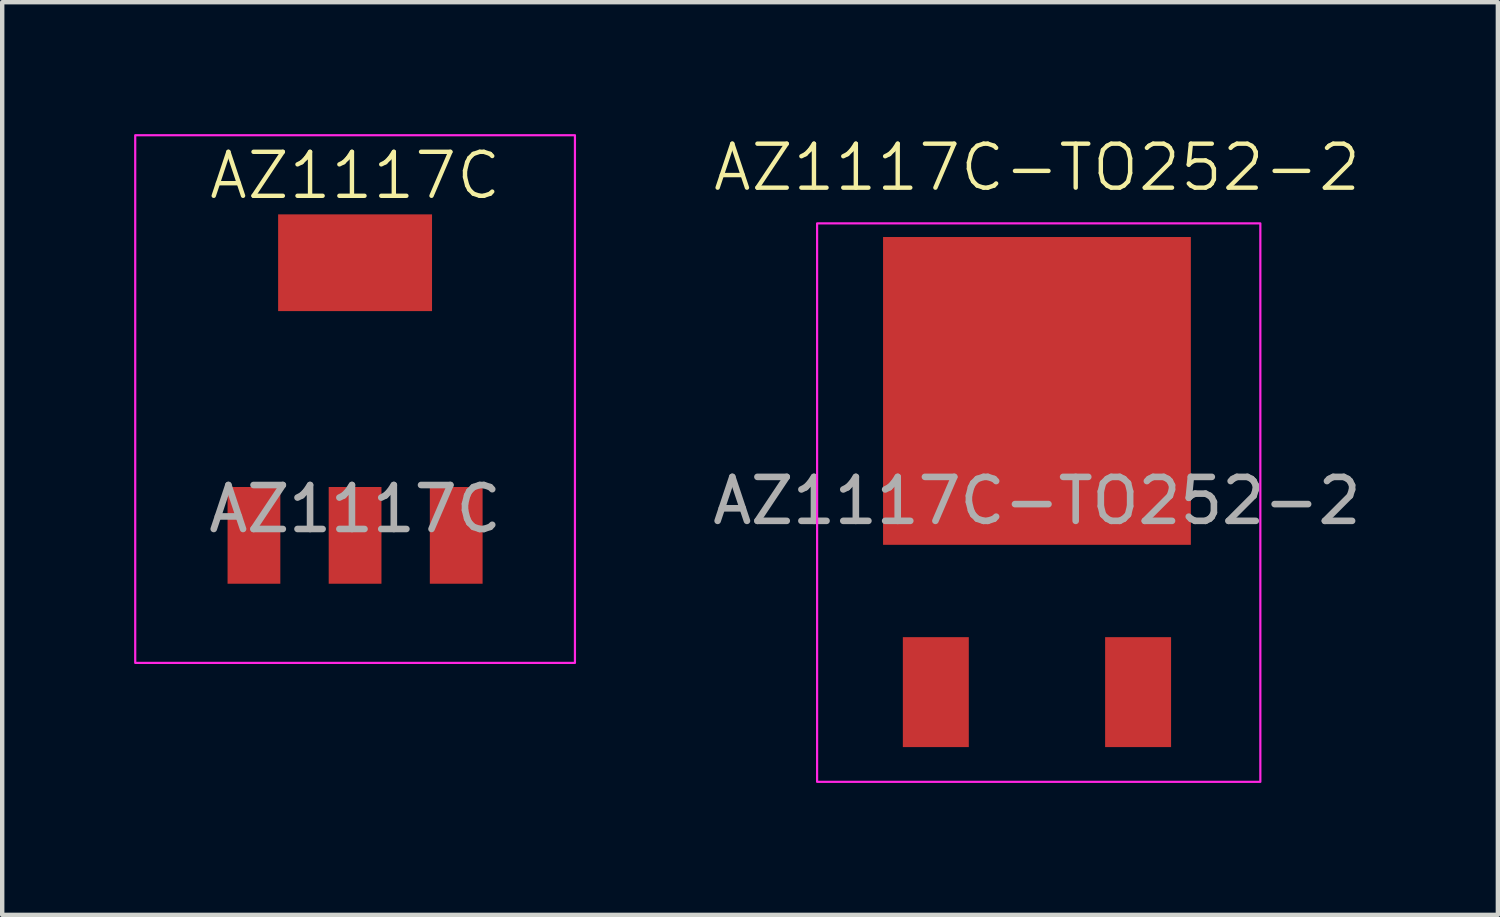
<source format=kicad_pcb>
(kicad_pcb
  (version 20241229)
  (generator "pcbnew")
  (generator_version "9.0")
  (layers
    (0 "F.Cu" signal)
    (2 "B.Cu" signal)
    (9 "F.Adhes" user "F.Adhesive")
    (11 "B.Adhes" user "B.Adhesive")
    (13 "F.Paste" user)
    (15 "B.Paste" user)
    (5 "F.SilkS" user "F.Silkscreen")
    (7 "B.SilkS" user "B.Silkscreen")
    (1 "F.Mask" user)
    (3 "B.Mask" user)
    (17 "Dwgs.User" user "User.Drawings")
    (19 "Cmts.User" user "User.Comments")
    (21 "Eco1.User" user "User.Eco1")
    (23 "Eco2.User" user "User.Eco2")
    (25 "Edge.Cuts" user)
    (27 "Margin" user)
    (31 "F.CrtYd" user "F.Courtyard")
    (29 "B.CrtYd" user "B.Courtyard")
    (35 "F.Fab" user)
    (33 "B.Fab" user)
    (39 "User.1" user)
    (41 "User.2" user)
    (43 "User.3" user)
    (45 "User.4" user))
  (footprint "AZ1117C"
    (layer "F.Cu")
    (at 5.025 6.025)
    (property "Reference" "AZ1117C" (at 0 -5.08 0) (unlocked yes) (layer "F.SilkS") (effects (font (size 1 1) (thickness 0.1))))
    (attr smd)
    (fp_rect (start -5 -6) (end 5 6) (stroke (width 0.05) (type default)) (fill no) (layer "F.CrtYd"))
    (fp_text user "${REFERENCE}" (at 0 2.5 0) (unlocked yes) (layer "F.Fab") (effects (font (size 1 1) (thickness 0.15))))
    (pad "1" smd rect (at -2.3 3.1) (size 1.2 2.2) (layers "F.Cu" "F.Mask" "F.Paste"))
    (pad "2" smd rect (at 0 3.1) (size 1.2 2.2) (layers "F.Cu" "F.Mask" "F.Paste"))
    (pad "3" smd rect (at 2.3 3.1) (size 1.2 2.2) (layers "F.Cu" "F.Mask" "F.Paste"))
    (pad "4" smd rect (at 0 -3.1) (size 3.5 2.2) (layers "F.Cu" "F.Mask" "F.Paste")))
  (footprint "AZ1117C-TO252-2"
    (layer "F.Cu")
    (at 20.532 5.84)
    (property "Reference" "AZ1117C-TO252-2" (at 0 -5.08 0) (unlocked yes) (layer "F.SilkS") (effects (font (size 1 1) (thickness 0.1))))
    (attr smd)
    (fp_rect (start -5 -3.81) (end 5.08 8.89) (stroke (width 0.05) (type default)) (fill no) (layer "F.CrtYd"))
    (fp_text user "${REFERENCE}" (at 0 2.5 0) (unlocked yes) (layer "F.Fab") (effects (font (size 1 1) (thickness 0.15))))
    (pad "1" smd rect (at -2.3 6.85) (size 1.5 2.5) (layers "F.Cu" "F.Mask" "F.Paste"))
    (pad "2" smd rect (at 0 0) (size 7 7) (layers "F.Cu" "F.Mask" "F.Paste"))
    (pad "3" smd rect (at 2.3 6.85) (size 1.5 2.5) (layers "F.Cu" "F.Mask" "F.Paste")))
  (gr_rect
    (start -3 -3)
    (end 31.014 17.756)
    (stroke (width 0.1) (type default))
    (fill no)
    (layer "Edge.Cuts")))
</source>
